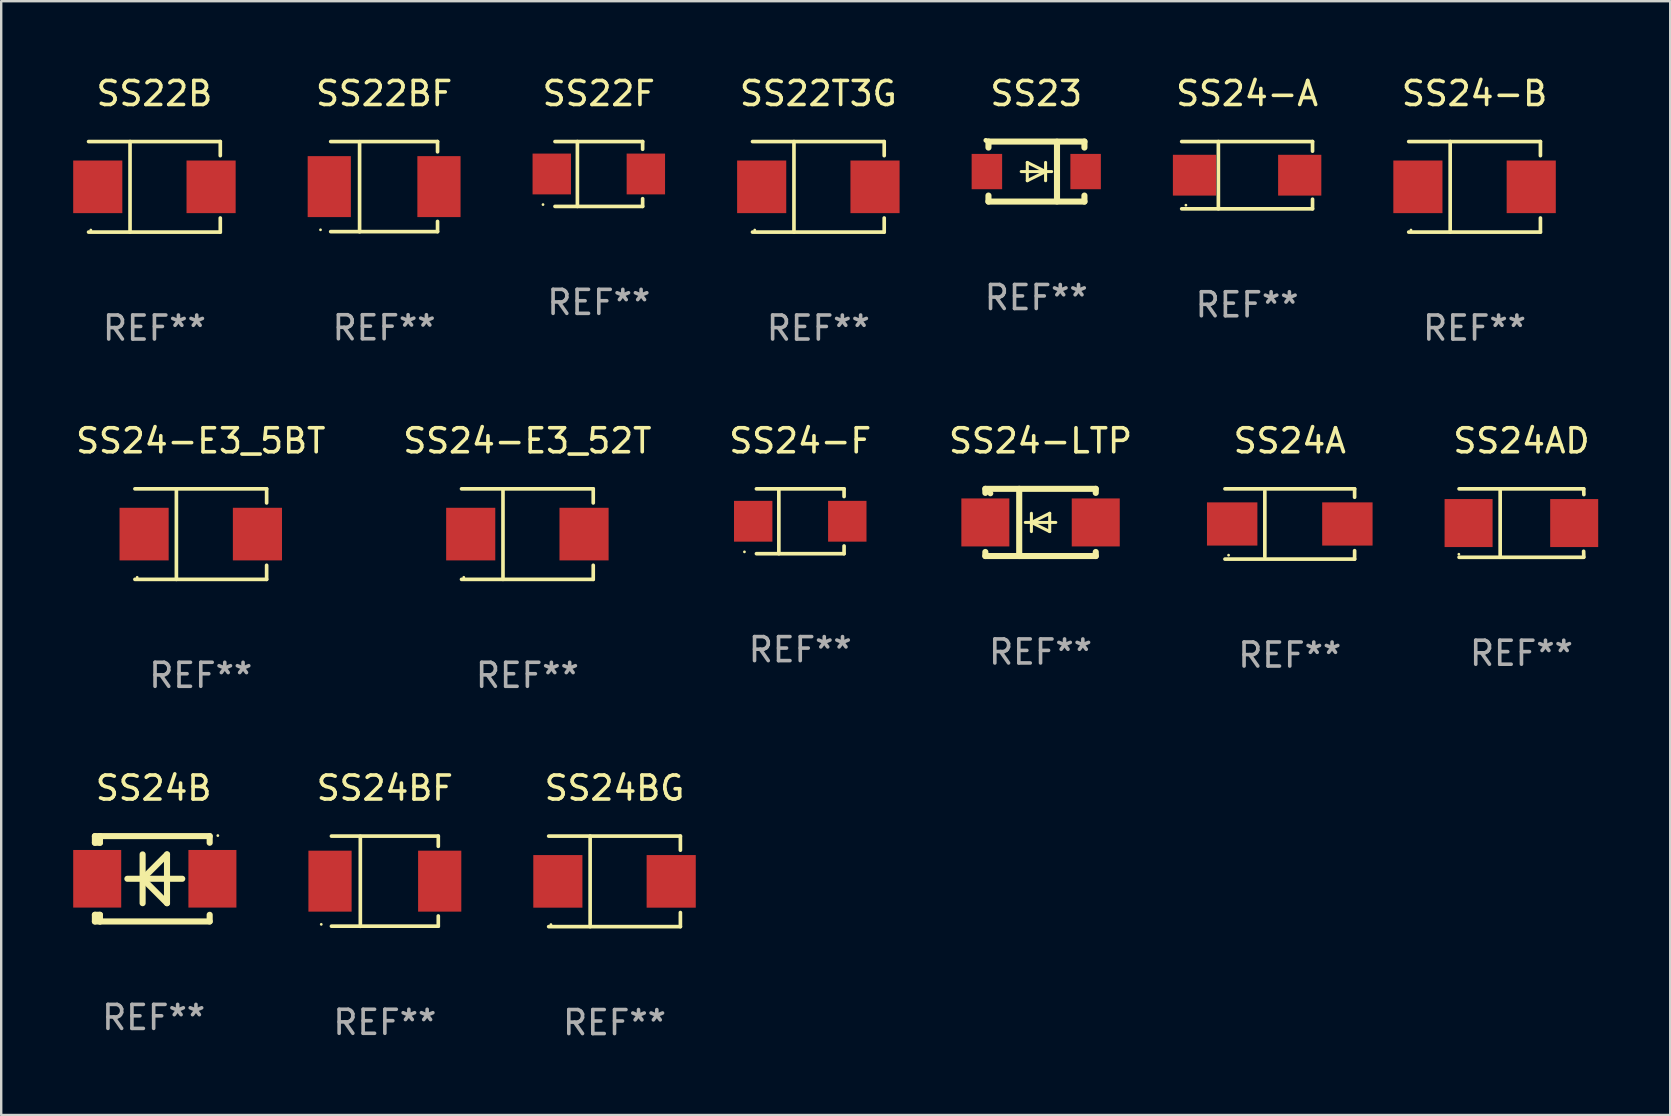
<source format=kicad_pcb>
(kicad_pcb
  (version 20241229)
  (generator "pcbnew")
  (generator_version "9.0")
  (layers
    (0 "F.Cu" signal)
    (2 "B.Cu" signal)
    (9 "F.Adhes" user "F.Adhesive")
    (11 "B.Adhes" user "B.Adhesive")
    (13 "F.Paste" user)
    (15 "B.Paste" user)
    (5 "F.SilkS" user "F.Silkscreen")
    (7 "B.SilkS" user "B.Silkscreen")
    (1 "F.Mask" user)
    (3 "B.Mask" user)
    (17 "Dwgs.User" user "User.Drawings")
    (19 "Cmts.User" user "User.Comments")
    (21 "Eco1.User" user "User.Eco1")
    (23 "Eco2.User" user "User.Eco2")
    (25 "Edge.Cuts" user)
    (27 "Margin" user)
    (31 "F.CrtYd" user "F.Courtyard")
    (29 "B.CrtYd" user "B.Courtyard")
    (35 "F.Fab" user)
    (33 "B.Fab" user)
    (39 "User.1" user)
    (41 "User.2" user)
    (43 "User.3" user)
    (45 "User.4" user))
  (footprint "SS24-A"
    (layer "F.Cu")
    (at 48.91 4.249)
    (property "Reference" "SS24-A" (at 0 -3.401 0) (layer "F.SilkS") (effects (font (size 1 1) (thickness 0.15))))
    (attr through_hole)
    (fp_line (start -2.726 -1.401) (end 2.726 -1.401) (stroke (width 0.152) (type solid)) (layer "F.SilkS"))
    (fp_line (start -2.726 1.401) (end 2.726 1.401) (stroke (width 0.152) (type solid)) (layer "F.SilkS"))
    (fp_line (start -1.197 -1.401) (end -1.197 1.401) (stroke (width 0.152) (type solid)) (layer "F.SilkS"))
    (fp_line (start 2.726 -1.401) (end 2.726 -1) (stroke (width 0.152) (type solid)) (layer "F.SilkS"))
    (fp_line (start 2.726 1.401) (end 2.726 1) (stroke (width 0.152) (type solid)) (layer "F.SilkS"))
    (fp_circle (center -2.55 1.25) (end -2.52 1.25) (stroke (width 0.06) (type solid)) (fill no) (layer "F.SilkS"))
    (fp_text user "REF**" (at 0 5.401 0) (layer "F.Fab") (effects (font (size 1 1) (thickness 0.15))))
    (pad "1" smd rect (at -2.192 0) (size 1.8 1.7) (layers "F.Cu" "F.Mask" "F.Paste"))
    (pad "2" smd rect (at 2.192 0) (size 1.8 1.7) (layers "F.Cu" "F.Mask" "F.Paste")))
  (footprint "SS24-B"
    (layer "F.Cu")
    (at 58.387 4.734)
    (property "Reference" "SS24-B" (at 0 -3.886 0) (layer "F.SilkS") (effects (font (size 1 1) (thickness 0.15))))
    (attr through_hole)
    (fp_line (start -2.744 -1.886) (end 2.744 -1.886) (stroke (width 0.152) (type solid)) (layer "F.SilkS"))
    (fp_line (start -2.744 1.886) (end 2.744 1.886) (stroke (width 0.152) (type solid)) (layer "F.SilkS"))
    (fp_line (start -1.016 -1.886) (end -1.016 1.886) (stroke (width 0.152) (type solid)) (layer "F.SilkS"))
    (fp_line (start 2.744 -1.886) (end 2.744 -1.299) (stroke (width 0.152) (type solid)) (layer "F.SilkS"))
    (fp_line (start 2.744 1.886) (end 2.744 1.299) (stroke (width 0.152) (type solid)) (layer "F.SilkS"))
    (fp_circle (center -2.65 1.8) (end -2.62 1.8) (stroke (width 0.06) (type solid)) (fill no) (layer "F.SilkS"))
    (fp_text user "REF**" (at 0 5.886 0) (layer "F.Fab") (effects (font (size 1 1) (thickness 0.15))))
    (pad "1" smd rect (at -2.361 0) (size 2.047 2.192) (layers "F.Cu" "F.Mask" "F.Paste"))
    (pad "2" smd rect (at 2.361 0) (size 2.047 2.192) (layers "F.Cu" "F.Mask" "F.Paste")))
  (footprint "SS24AD"
    (layer "F.Cu")
    (at 60.341 18.743)
    (property "Reference" "SS24AD" (at 0 -3.426 0) (layer "F.SilkS") (effects (font (size 1 1) (thickness 0.15))))
    (attr through_hole)
    (fp_line (start -2.6 -1.426) (end 2.593 -1.426) (stroke (width 0.152) (type solid)) (layer "F.SilkS"))
    (fp_line (start -2.6 1.426) (end 2.593 1.426) (stroke (width 0.152) (type solid)) (layer "F.SilkS"))
    (fp_line (start -0.887 -1.426) (end -0.887 1.426) (stroke (width 0.152) (type solid)) (layer "F.SilkS"))
    (fp_line (start 2.59 1.176) (end 2.597 1.415) (stroke (width 0.152) (type solid)) (layer "F.SilkS"))
    (fp_line (start 2.593 -1.426) (end 2.6 -1.187) (stroke (width 0.152) (type solid)) (layer "F.SilkS"))
    (fp_circle (center -2.608 1.3) (end -2.578 1.3) (stroke (width 0.06) (type solid)) (fill no) (layer "F.SilkS"))
    (fp_text user "REF**" (at 0 5.426 0) (layer "F.Fab") (effects (font (size 1 1) (thickness 0.15))))
    (pad "1" smd rect (at -2.203 0 180) (size 2 2) (layers "F.Cu" "F.Mask" "F.Paste"))
    (pad "2" smd rect (at 2.197 0 180) (size 2 2) (layers "F.Cu" "F.Mask" "F.Paste")))
  (footprint "SS22BF"
    (layer "F.Cu")
    (at 12.954 4.728)
    (property "Reference" "SS22BF" (at 0 -3.88 0) (layer "F.SilkS") (effects (font (size 1 1) (thickness 0.15))))
    (attr through_hole)
    (fp_line (start -2.226 -1.88) (end 2.226 -1.88) (stroke (width 0.152) (type solid)) (layer "F.SilkS"))
    (fp_line (start -2.226 1.873) (end 2.226 1.873) (stroke (width 0.152) (type solid)) (layer "F.SilkS"))
    (fp_line (start -1.022 -1.873) (end -1.022 1.88) (stroke (width 0.152) (type solid)) (layer "F.SilkS"))
    (fp_line (start 2.226 -1.88) (end 2.226 -1.453) (stroke (width 0.152) (type solid)) (layer "F.SilkS"))
    (fp_line (start 2.226 1.447) (end 2.226 1.873) (stroke (width 0.152) (type solid)) (layer "F.SilkS"))
    (fp_circle (center -2.65 1.797) (end -2.62 1.797) (stroke (width 0.06) (type solid)) (fill no) (layer "F.SilkS"))
    (fp_text user "REF**" (at 0 5.88 0) (layer "F.Fab") (effects (font (size 1 1) (thickness 0.15))))
    (pad "1" smd rect (at -2.285 -0.003) (size 1.8 2.54) (layers "F.Cu" "F.Mask" "F.Paste"))
    (pad "2" smd rect (at 2.285 -0.003) (size 1.8 2.54) (layers "F.Cu" "F.Mask" "F.Paste")))
  (footprint "SS22F"
    (layer "F.Cu")
    (at 21.899 4.199)
    (property "Reference" "SS22F" (at 0 -3.351 0) (layer "F.SilkS") (effects (font (size 1 1) (thickness 0.15))))
    (attr through_hole)
    (fp_line (start -1.826 -1.351) (end 1.826 -1.351) (stroke (width 0.152) (type solid)) (layer "F.SilkS"))
    (fp_line (start -1.826 1.351) (end 1.826 1.351) (stroke (width 0.152) (type solid)) (layer "F.SilkS"))
    (fp_line (start -0.892 -1.351) (end -0.892 1.351) (stroke (width 0.152) (type solid)) (layer "F.SilkS"))
    (fp_line (start 1.826 -1.351) (end 1.826 -1.03) (stroke (width 0.152) (type solid)) (layer "F.SilkS"))
    (fp_line (start 1.826 1.03) (end 1.826 1.351) (stroke (width 0.152) (type solid)) (layer "F.SilkS"))
    (fp_circle (center -2.325 1.275) (end -2.295 1.275) (stroke (width 0.06) (type solid)) (fill no) (layer "F.SilkS"))
    (fp_text user "REF**" (at 0 5.351 0) (layer "F.Fab") (effects (font (size 1 1) (thickness 0.15))))
    (pad "1" smd rect (at -1.96 0 180) (size 1.6 1.7) (layers "F.Cu" "F.Mask" "F.Paste"))
    (pad "2" smd rect (at 1.96 0 180) (size 1.6 1.7) (layers "F.Cu" "F.Mask" "F.Paste")))
  (footprint "SS24-LTP"
    (layer "F.Cu")
    (at 40.304 18.717)
    (property "Reference" "SS24-LTP" (at 0 -3.4 0) (layer "F.SilkS") (effects (font (size 1 1) (thickness 0.15))))
    (attr through_hole)
    (fp_line (start -2.3 -1.4) (end -2.3 -1.231) (stroke (width 0.254) (type solid)) (layer "F.SilkS"))
    (fp_line (start -2.3 -1.4) (end 2.3 -1.4) (stroke (width 0.254) (type solid)) (layer "F.SilkS"))
    (fp_line (start -2.3 1.231) (end -2.3 1.4) (stroke (width 0.254) (type solid)) (layer "F.SilkS"))
    (fp_line (start -2.3 1.4) (end 2.3 1.4) (stroke (width 0.254) (type solid)) (layer "F.SilkS"))
    (fp_line (start -0.889 1.4) (end -0.889 -1.4) (stroke (width 0.254) (type solid)) (layer "F.SilkS"))
    (fp_line (start -0.381 0) (end -0.381 -0.381) (stroke (width 0.127) (type solid)) (layer "F.SilkS"))
    (fp_line (start -0.381 0) (end -0.381 0.381) (stroke (width 0.127) (type solid)) (layer "F.SilkS"))
    (fp_line (start 0.381 -0.381) (end -0.381 0) (stroke (width 0.127) (type solid)) (layer "F.SilkS"))
    (fp_line (start 0.381 0) (end 0.381 -0.381) (stroke (width 0.127) (type solid)) (layer "F.SilkS"))
    (fp_line (start 0.381 0) (end 0.381 0.381) (stroke (width 0.127) (type solid)) (layer "F.SilkS"))
    (fp_line (start 0.381 0.381) (end -0.381 0) (stroke (width 0.127) (type solid)) (layer "F.SilkS"))
    (fp_line (start 0.635 0) (end -0.635 0) (stroke (width 0.127) (type solid)) (layer "F.SilkS"))
    (fp_line (start 2.3 -1.4) (end 2.3 -1.231) (stroke (width 0.254) (type solid)) (layer "F.SilkS"))
    (fp_line (start 2.3 1.231) (end 2.3 1.4) (stroke (width 0.254) (type solid)) (layer "F.SilkS"))
    (fp_circle (center -2.088 -1.208) (end -2.028 -1.208) (stroke (width 0.12) (type solid)) (fill no) (layer "F.SilkS"))
    (fp_text user "REF**" (at 0 5.4 0) (layer "F.Fab") (effects (font (size 1 1) (thickness 0.15))))
    (pad "1" smd rect (at -2.3 0 180) (size 2 2) (layers "F.Cu" "F.Mask" "F.Paste"))
    (pad "2" smd rect (at 2.3 0 180) (size 2 2) (layers "F.Cu" "F.Mask" "F.Paste")))
  (footprint "SS24-E3_52T"
    (layer "F.Cu")
    (at 18.923 19.203)
    (property "Reference" "SS24-E3_52T" (at 0 -3.886 0) (layer "F.SilkS") (effects (font (size 1 1) (thickness 0.15))))
    (attr through_hole)
    (fp_line (start -2.744 -1.886) (end 2.744 -1.886) (stroke (width 0.152) (type solid)) (layer "F.SilkS"))
    (fp_line (start -2.744 1.886) (end 2.744 1.886) (stroke (width 0.152) (type solid)) (layer "F.SilkS"))
    (fp_line (start -1.016 -1.886) (end -1.016 1.886) (stroke (width 0.152) (type solid)) (layer "F.SilkS"))
    (fp_line (start 2.744 -1.886) (end 2.744 -1.299) (stroke (width 0.152) (type solid)) (layer "F.SilkS"))
    (fp_line (start 2.744 1.886) (end 2.744 1.299) (stroke (width 0.152) (type solid)) (layer "F.SilkS"))
    (fp_circle (center -2.65 1.8) (end -2.62 1.8) (stroke (width 0.06) (type solid)) (fill no) (layer "F.SilkS"))
    (fp_text user "REF**" (at 0 5.886 0) (layer "F.Fab") (effects (font (size 1 1) (thickness 0.15))))
    (pad "1" smd rect (at -2.361 0) (size 2.047 2.192) (layers "F.Cu" "F.Mask" "F.Paste"))
    (pad "2" smd rect (at 2.361 0) (size 2.047 2.192) (layers "F.Cu" "F.Mask" "F.Paste")))
  (footprint "SS24B"
    (layer "F.Cu")
    (at 3.352 33.564)
    (property "Reference" "SS24B" (at 0 -3.778 0) (layer "F.SilkS") (effects (font (size 1 1) (thickness 0.15))))
    (attr through_hole)
    (fp_line (start -2.448 1.501) (end -2.448 1.778) (stroke (width 0.254) (type solid)) (layer "F.SilkS"))
    (fp_line (start -2.448 1.778) (end -2.237 1.778) (stroke (width 0.254) (type solid)) (layer "F.SilkS"))
    (fp_line (start -2.448 -1.778) (end -2.448 -1.501) (stroke (width 0.254) (type solid)) (layer "F.SilkS"))
    (fp_line (start -2.448 -1.501) (end -2.238 -1.501) (stroke (width 0.254) (type solid)) (layer "F.SilkS"))
    (fp_line (start -2.448 1.501) (end -2.238 1.501) (stroke (width 0.254) (type solid)) (layer "F.SilkS"))
    (fp_line (start -2.238 -1.778) (end -2.448 -1.778) (stroke (width 0.254) (type solid)) (layer "F.SilkS"))
    (fp_line (start -2.238 -1.778) (end 2.334 -1.778) (stroke (width 0.254) (type solid)) (layer "F.SilkS"))
    (fp_line (start -2.238 -1.651) (end -2.238 -1.778) (stroke (width 0.254) (type solid)) (layer "F.SilkS"))
    (fp_line (start -2.238 -1.501) (end -2.238 -1.651) (stroke (width 0.254) (type solid)) (layer "F.SilkS"))
    (fp_line (start -2.238 1.778) (end -2.238 1.501) (stroke (width 0.254) (type solid)) (layer "F.SilkS"))
    (fp_line (start -1.095 0) (end 1.191 0) (stroke (width 0.254) (type solid)) (layer "F.SilkS"))
    (fp_line (start -0.46 -1.016) (end -0.46 1.016) (stroke (width 0.254) (type solid)) (layer "F.SilkS"))
    (fp_line (start -0.459 -0.000178) (end 0.557 1.016) (stroke (width 0.254) (type solid)) (layer "F.SilkS"))
    (fp_line (start 0.556 -1.016) (end 0.556 1.016) (stroke (width 0.254) (type solid)) (layer "F.SilkS"))
    (fp_line (start 0.557 -1.016) (end -0.459 -0.000178) (stroke (width 0.254) (type solid)) (layer "F.SilkS"))
    (fp_line (start 2.334 -1.778) (end 2.334 -1.501) (stroke (width 0.254) (type solid)) (layer "F.SilkS"))
    (fp_line (start 2.334 1.501) (end 2.334 1.778) (stroke (width 0.254) (type solid)) (layer "F.SilkS"))
    (fp_line (start 2.334 1.778) (end -2.238 1.778) (stroke (width 0.254) (type solid)) (layer "F.SilkS"))
    (fp_circle (center 2.674 -1.8) (end 2.704 -1.8) (stroke (width 0.06) (type solid)) (fill no) (layer "F.SilkS"))
    (fp_text user "REF**" (at 0 5.778 0) (layer "F.Fab") (effects (font (size 1 1) (thickness 0.15))))
    (pad "1" smd rect (at 2.448 -0.000025) (size 2 2.4) (layers "F.Cu" "F.Mask" "F.Paste"))
    (pad "2" smd rect (at -2.352 -0.000025) (size 2 2.4) (layers "F.Cu" "F.Mask" "F.Paste")))
  (footprint "SS24BF"
    (layer "F.Cu")
    (at 12.985 33.666)
    (property "Reference" "SS24BF" (at 0 -3.88 0) (layer "F.SilkS") (effects (font (size 1 1) (thickness 0.15))))
    (attr through_hole)
    (fp_line (start -2.226 -1.88) (end 2.226 -1.88) (stroke (width 0.152) (type solid)) (layer "F.SilkS"))
    (fp_line (start -2.226 1.873) (end 2.226 1.873) (stroke (width 0.152) (type solid)) (layer "F.SilkS"))
    (fp_line (start -1.022 -1.873) (end -1.022 1.88) (stroke (width 0.152) (type solid)) (layer "F.SilkS"))
    (fp_line (start 2.226 -1.88) (end 2.226 -1.453) (stroke (width 0.152) (type solid)) (layer "F.SilkS"))
    (fp_line (start 2.226 1.447) (end 2.226 1.873) (stroke (width 0.152) (type solid)) (layer "F.SilkS"))
    (fp_circle (center -2.65 1.797) (end -2.62 1.797) (stroke (width 0.06) (type solid)) (fill no) (layer "F.SilkS"))
    (fp_text user "REF**" (at 0 5.88 0) (layer "F.Fab") (effects (font (size 1 1) (thickness 0.15))))
    (pad "1" smd rect (at -2.285 -0.003) (size 1.8 2.54) (layers "F.Cu" "F.Mask" "F.Paste"))
    (pad "2" smd rect (at 2.285 -0.003) (size 1.8 2.54) (layers "F.Cu" "F.Mask" "F.Paste")))
  (footprint "SS24-F"
    (layer "F.Cu")
    (at 30.292 18.668)
    (property "Reference" "SS24-F" (at 0 -3.351 0) (layer "F.SilkS") (effects (font (size 1 1) (thickness 0.15))))
    (attr through_hole)
    (fp_line (start -1.826 -1.351) (end 1.826 -1.351) (stroke (width 0.152) (type solid)) (layer "F.SilkS"))
    (fp_line (start -1.826 1.351) (end 1.826 1.351) (stroke (width 0.152) (type solid)) (layer "F.SilkS"))
    (fp_line (start -0.892 -1.351) (end -0.892 1.351) (stroke (width 0.152) (type solid)) (layer "F.SilkS"))
    (fp_line (start 1.826 -1.351) (end 1.826 -1.03) (stroke (width 0.152) (type solid)) (layer "F.SilkS"))
    (fp_line (start 1.826 1.03) (end 1.826 1.351) (stroke (width 0.152) (type solid)) (layer "F.SilkS"))
    (fp_circle (center -2.325 1.275) (end -2.295 1.275) (stroke (width 0.06) (type solid)) (fill no) (layer "F.SilkS"))
    (fp_text user "REF**" (at 0 5.351 0) (layer "F.Fab") (effects (font (size 1 1) (thickness 0.15))))
    (pad "1" smd rect (at -1.96 0 180) (size 1.6 1.7) (layers "F.Cu" "F.Mask" "F.Paste"))
    (pad "2" smd rect (at 1.96 0 180) (size 1.6 1.7) (layers "F.Cu" "F.Mask" "F.Paste")))
  (footprint "SS24A"
    (layer "F.Cu")
    (at 50.688 18.781)
    (property "Reference" "SS24A" (at 0 -3.464 0) (layer "F.SilkS") (effects (font (size 1 1) (thickness 0.15))))
    (attr through_hole)
    (fp_line (start -2.701 -1.464) (end 2.701 -1.464) (stroke (width 0.152) (type solid)) (layer "F.SilkS"))
    (fp_line (start -2.701 1.464) (end 2.701 1.464) (stroke (width 0.152) (type solid)) (layer "F.SilkS"))
    (fp_line (start -1.039 -1.364) (end -1.039 1.364) (stroke (width 0.152) (type solid)) (layer "F.SilkS"))
    (fp_line (start 2.701 -1.464) (end 2.701 -1.113) (stroke (width 0.152) (type solid)) (layer "F.SilkS"))
    (fp_line (start 2.701 1.464) (end 2.701 1.113) (stroke (width 0.152) (type solid)) (layer "F.SilkS"))
    (fp_circle (center -2.55 1.3) (end -2.52 1.3) (stroke (width 0.06) (type solid)) (fill no) (layer "F.SilkS"))
    (fp_text user "REF**" (at 0 5.464 0) (layer "F.Fab") (effects (font (size 1 1) (thickness 0.15))))
    (pad "1" smd rect (at -2.4 0.000025) (size 2.1 1.8) (layers "F.Cu" "F.Mask" "F.Paste"))
    (pad "2" smd rect (at 2.4 0.000025) (size 2.1 1.8) (layers "F.Cu" "F.Mask" "F.Paste")))
  (footprint "SS22T3G"
    (layer "F.Cu")
    (at 31.046 4.734)
    (property "Reference" "SS22T3G" (at 0 -3.886 0) (layer "F.SilkS") (effects (font (size 1 1) (thickness 0.15))))
    (attr through_hole)
    (fp_line (start -2.744 -1.886) (end 2.744 -1.886) (stroke (width 0.152) (type solid)) (layer "F.SilkS"))
    (fp_line (start -2.744 1.886) (end 2.744 1.886) (stroke (width 0.152) (type solid)) (layer "F.SilkS"))
    (fp_line (start -1.016 -1.886) (end -1.016 1.886) (stroke (width 0.152) (type solid)) (layer "F.SilkS"))
    (fp_line (start 2.744 -1.886) (end 2.744 -1.299) (stroke (width 0.152) (type solid)) (layer "F.SilkS"))
    (fp_line (start 2.744 1.886) (end 2.744 1.299) (stroke (width 0.152) (type solid)) (layer "F.SilkS"))
    (fp_circle (center -2.65 1.8) (end -2.62 1.8) (stroke (width 0.06) (type solid)) (fill no) (layer "F.SilkS"))
    (fp_text user "REF**" (at 0 5.886 0) (layer "F.Fab") (effects (font (size 1 1) (thickness 0.15))))
    (pad "1" smd rect (at -2.361 0) (size 2.047 2.192) (layers "F.Cu" "F.Mask" "F.Paste"))
    (pad "2" smd rect (at 2.361 0) (size 2.047 2.192) (layers "F.Cu" "F.Mask" "F.Paste")))
  (footprint "SS23"
    (layer "F.Cu")
    (at 40.125 4.098)
    (property "Reference" "SS23" (at 0 -3.25 0) (layer "F.SilkS") (effects (font (size 1 1) (thickness 0.15))))
    (attr through_hole)
    (fp_line (start -1.991 -1.25) (end 2.007 -1.25) (stroke (width 0.254) (type solid)) (layer "F.SilkS"))
    (fp_line (start -1.991 -1) (end -1.991 -1.25) (stroke (width 0.254) (type solid)) (layer "F.SilkS"))
    (fp_line (start -1.991 1.25) (end -1.991 1) (stroke (width 0.254) (type solid)) (layer "F.SilkS"))
    (fp_line (start -0.627 0) (end 0.643 0) (stroke (width 0.127) (type solid)) (layer "F.SilkS"))
    (fp_line (start -0.373 -0.381) (end 0.389 0) (stroke (width 0.127) (type solid)) (layer "F.SilkS"))
    (fp_line (start -0.373 0) (end -0.373 -0.381) (stroke (width 0.127) (type solid)) (layer "F.SilkS"))
    (fp_line (start -0.373 0) (end -0.373 0.381) (stroke (width 0.127) (type solid)) (layer "F.SilkS"))
    (fp_line (start -0.373 0.381) (end 0.389 0) (stroke (width 0.127) (type solid)) (layer "F.SilkS"))
    (fp_line (start 0.389 0) (end 0.389 -0.381) (stroke (width 0.127) (type solid)) (layer "F.SilkS"))
    (fp_line (start 0.389 0) (end 0.389 0.381) (stroke (width 0.127) (type solid)) (layer "F.SilkS"))
    (fp_line (start 0.864 -1.245) (end 0.864 1.245) (stroke (width 0.254) (type solid)) (layer "F.SilkS"))
    (fp_line (start 2.007 -1) (end 2.007 -1.25) (stroke (width 0.254) (type solid)) (layer "F.SilkS"))
    (fp_line (start 2.007 1.25) (end -1.991 1.25) (stroke (width 0.254) (type solid)) (layer "F.SilkS"))
    (fp_line (start 2.007 1.25) (end 2.007 1) (stroke (width 0.254) (type solid)) (layer "F.SilkS"))
    (fp_circle (center -2.1 -1.3) (end -2.05 -1.3) (stroke (width 0.1) (type solid)) (fill no) (layer "F.SilkS"))
    (fp_text user "REF**" (at 0 5.25 0) (layer "F.Fab") (effects (font (size 1 1) (thickness 0.15))))
    (pad "1" smd rect (at -2.057 0) (size 1.27 1.471) (layers "F.Cu" "F.Mask" "F.Paste"))
    (pad "2" smd rect (at 2.057 0) (size 1.27 1.471) (layers "F.Cu" "F.Mask" "F.Paste")))
  (footprint "SS24-E3_5BT"
    (layer "F.Cu")
    (at 5.315 19.203)
    (property "Reference" "SS24-E3_5BT" (at 0 -3.886 0) (layer "F.SilkS") (effects (font (size 1 1) (thickness 0.15))))
    (attr through_hole)
    (fp_line (start -2.744 -1.886) (end 2.744 -1.886) (stroke (width 0.152) (type solid)) (layer "F.SilkS"))
    (fp_line (start -2.744 1.886) (end 2.744 1.886) (stroke (width 0.152) (type solid)) (layer "F.SilkS"))
    (fp_line (start -1.016 -1.886) (end -1.016 1.886) (stroke (width 0.152) (type solid)) (layer "F.SilkS"))
    (fp_line (start 2.744 -1.886) (end 2.744 -1.299) (stroke (width 0.152) (type solid)) (layer "F.SilkS"))
    (fp_line (start 2.744 1.886) (end 2.744 1.299) (stroke (width 0.152) (type solid)) (layer "F.SilkS"))
    (fp_circle (center -2.65 1.8) (end -2.62 1.8) (stroke (width 0.06) (type solid)) (fill no) (layer "F.SilkS"))
    (fp_text user "REF**" (at 0 5.886 0) (layer "F.Fab") (effects (font (size 1 1) (thickness 0.15))))
    (pad "1" smd rect (at -2.361 0) (size 2.047 2.192) (layers "F.Cu" "F.Mask" "F.Paste"))
    (pad "2" smd rect (at 2.361 0) (size 2.047 2.192) (layers "F.Cu" "F.Mask" "F.Paste")))
  (footprint "SS24BG"
    (layer "F.Cu")
    (at 22.554 33.672)
    (property "Reference" "SS24BG" (at 0 -3.886 0) (layer "F.SilkS") (effects (font (size 1 1) (thickness 0.15))))
    (attr through_hole)
    (fp_line (start -2.744 -1.886) (end 2.744 -1.886) (stroke (width 0.152) (type solid)) (layer "F.SilkS"))
    (fp_line (start -2.744 1.886) (end 2.744 1.886) (stroke (width 0.152) (type solid)) (layer "F.SilkS"))
    (fp_line (start -1.016 -1.886) (end -1.016 1.886) (stroke (width 0.152) (type solid)) (layer "F.SilkS"))
    (fp_line (start 2.744 -1.886) (end 2.744 -1.299) (stroke (width 0.152) (type solid)) (layer "F.SilkS"))
    (fp_line (start 2.744 1.886) (end 2.744 1.299) (stroke (width 0.152) (type solid)) (layer "F.SilkS"))
    (fp_circle (center -2.65 1.8) (end -2.62 1.8) (stroke (width 0.06) (type solid)) (fill no) (layer "F.SilkS"))
    (fp_text user "REF**" (at 0 5.886 0) (layer "F.Fab") (effects (font (size 1 1) (thickness 0.15))))
    (pad "1" smd rect (at -2.361 0) (size 2.047 2.192) (layers "F.Cu" "F.Mask" "F.Paste"))
    (pad "2" smd rect (at 2.361 0) (size 2.047 2.192) (layers "F.Cu" "F.Mask" "F.Paste")))
  (footprint "SS22B"
    (layer "F.Cu")
    (at 3.384 4.734)
    (property "Reference" "SS22B" (at 0 -3.886 0) (layer "F.SilkS") (effects (font (size 1 1) (thickness 0.15))))
    (attr through_hole)
    (fp_line (start -2.744 -1.886) (end 2.744 -1.886) (stroke (width 0.152) (type solid)) (layer "F.SilkS"))
    (fp_line (start -2.744 1.886) (end 2.744 1.886) (stroke (width 0.152) (type solid)) (layer "F.SilkS"))
    (fp_line (start -1.016 -1.886) (end -1.016 1.886) (stroke (width 0.152) (type solid)) (layer "F.SilkS"))
    (fp_line (start 2.744 -1.886) (end 2.744 -1.299) (stroke (width 0.152) (type solid)) (layer "F.SilkS"))
    (fp_line (start 2.744 1.886) (end 2.744 1.299) (stroke (width 0.152) (type solid)) (layer "F.SilkS"))
    (fp_circle (center -2.65 1.8) (end -2.62 1.8) (stroke (width 0.06) (type solid)) (fill no) (layer "F.SilkS"))
    (fp_text user "REF**" (at 0 5.886 0) (layer "F.Fab") (effects (font (size 1 1) (thickness 0.15))))
    (pad "1" smd rect (at -2.361 0) (size 2.047 2.192) (layers "F.Cu" "F.Mask" "F.Paste"))
    (pad "2" smd rect (at 2.361 0) (size 2.047 2.192) (layers "F.Cu" "F.Mask" "F.Paste")))
  (gr_rect
    (start -3 -3)
    (end 66.538 43.407)
    (stroke (width 0.1) (type default))
    (fill no)
    (layer "Edge.Cuts")))
</source>
